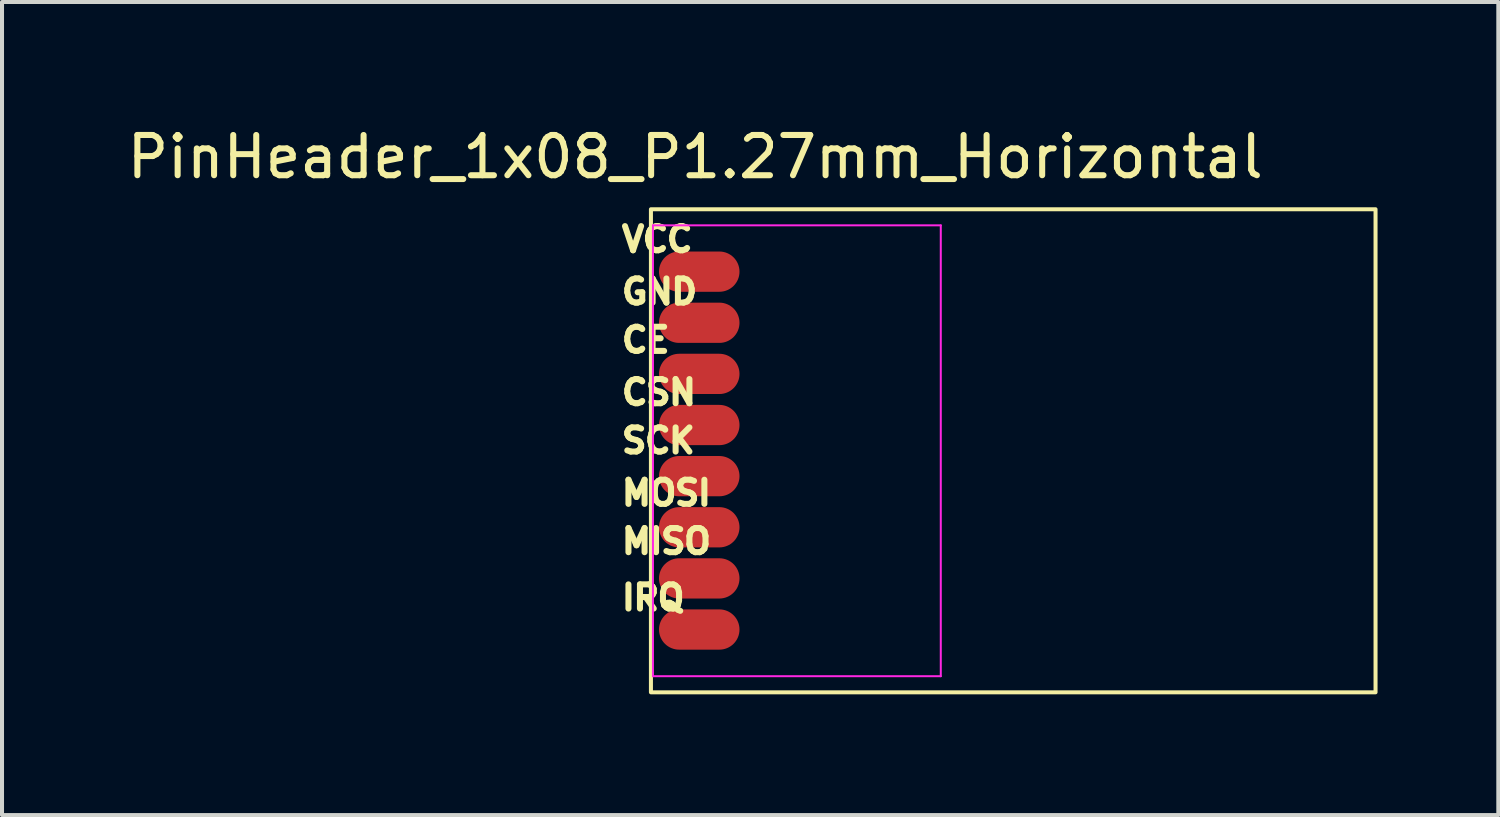
<source format=kicad_pcb>
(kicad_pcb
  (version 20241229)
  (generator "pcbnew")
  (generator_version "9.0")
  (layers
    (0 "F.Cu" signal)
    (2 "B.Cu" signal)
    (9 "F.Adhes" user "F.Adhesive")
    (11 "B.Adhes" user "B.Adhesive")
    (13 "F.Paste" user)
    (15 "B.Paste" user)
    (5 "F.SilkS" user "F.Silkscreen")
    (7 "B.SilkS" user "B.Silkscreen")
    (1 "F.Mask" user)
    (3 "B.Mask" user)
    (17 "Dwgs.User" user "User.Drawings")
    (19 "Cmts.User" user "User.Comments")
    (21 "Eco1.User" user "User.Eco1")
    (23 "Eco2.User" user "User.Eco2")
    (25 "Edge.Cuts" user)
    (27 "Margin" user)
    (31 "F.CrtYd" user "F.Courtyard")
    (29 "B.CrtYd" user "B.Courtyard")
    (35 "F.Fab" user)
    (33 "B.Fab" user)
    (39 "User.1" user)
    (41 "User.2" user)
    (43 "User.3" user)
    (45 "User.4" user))
  (footprint "PinHeader_1x08_P1.27mm_Horizontal"
    (layer "F.Cu")
    (at 14.32 3.698)
    (property "Reference" "PinHeader_1x08_P1.27mm_Horizontal" (at -0.1 -2.85 180) (layer "F.SilkS") (effects (font (size 1 1) (thickness 0.15))))
    (attr through_hole)
    (fp_rect (start -1.2 -1.55) (end 16.8 10.45) (stroke (width 0.1) (type default)) (fill no) (layer "F.SilkS"))
    (fp_line (start -1.15 -1.15) (end -1.15 10.05) (stroke (width 0.05) (type solid)) (layer "F.CrtYd"))
    (fp_line (start -1.15 10.05) (end 6 10.05) (stroke (width 0.05) (type solid)) (layer "F.CrtYd"))
    (fp_line (start 6 -1.15) (end -1.15 -1.15) (stroke (width 0.05) (type solid)) (layer "F.CrtYd"))
    (fp_line (start 6 10.05) (end 6 -1.15) (stroke (width 0.05) (type solid)) (layer "F.CrtYd"))
    (fp_text user "IRQ" (at -2 8.45 0) (layer "F.SilkS") (effects (font (size 0.6 0.6) (thickness 0.15) (bold yes)) (justify left bottom)))
    (fp_text user "CE" (at -2 2.05 0) (layer "F.SilkS") (effects (font (size 0.6 0.6) (thickness 0.15) (bold yes)) (justify left bottom)))
    (fp_text user "SCK" (at -2 4.55 0) (layer "F.SilkS") (effects (font (size 0.6 0.6) (thickness 0.15) (bold yes)) (justify left bottom)))
    (fp_text user "VCC" (at -2 -0.45 0) (layer "F.SilkS") (effects (font (size 0.6 0.6) (thickness 0.15) (bold yes)) (justify left bottom)))
    (fp_text user "CSN" (at -2 3.35 0) (layer "F.SilkS") (effects (font (size 0.6 0.6) (thickness 0.15) (bold yes)) (justify left bottom)))
    (fp_text user "GND" (at -2 0.85 0) (layer "F.SilkS") (effects (font (size 0.6 0.6) (thickness 0.15) (bold yes)) (justify left bottom)))
    (fp_text user "MISO" (at -2 7.05 0) (layer "F.SilkS") (effects (font (size 0.6 0.6) (thickness 0.15) (bold yes)) (justify left bottom)))
    (fp_text user "MOSI" (at -2 5.85 0) (layer "F.SilkS") (effects (font (size 0.6 0.6) (thickness 0.15) (bold yes)) (justify left bottom)))
    (pad "1" smd oval (at 0 0) (size 2 1) (layers "F.Cu" "F.Mask" "F.Paste"))
    (pad "2" smd oval (at 0 1.27) (size 2 1) (layers "F.Cu" "F.Mask" "F.Paste"))
    (pad "3" smd oval (at 0 2.54) (size 2 1) (layers "F.Cu" "F.Mask" "F.Paste"))
    (pad "4" smd oval (at 0 3.81) (size 2 1) (layers "F.Cu" "F.Mask" "F.Paste"))
    (pad "5" smd oval (at 0 5.08) (size 2 1) (layers "F.Cu" "F.Mask" "F.Paste"))
    (pad "6" smd oval (at 0 6.35) (size 2 1) (layers "F.Cu" "F.Mask" "F.Paste"))
    (pad "7" smd oval (at 0 7.62) (size 2 1) (layers "F.Cu" "F.Mask" "F.Paste"))
    (pad "8" smd oval (at 0 8.89) (size 2 1) (layers "F.Cu" "F.Mask" "F.Paste")))
  (gr_rect
    (start -3 -3)
    (end 34.17 17.198)
    (stroke (width 0.1) (type default))
    (fill no)
    (layer "Edge.Cuts")))
</source>
